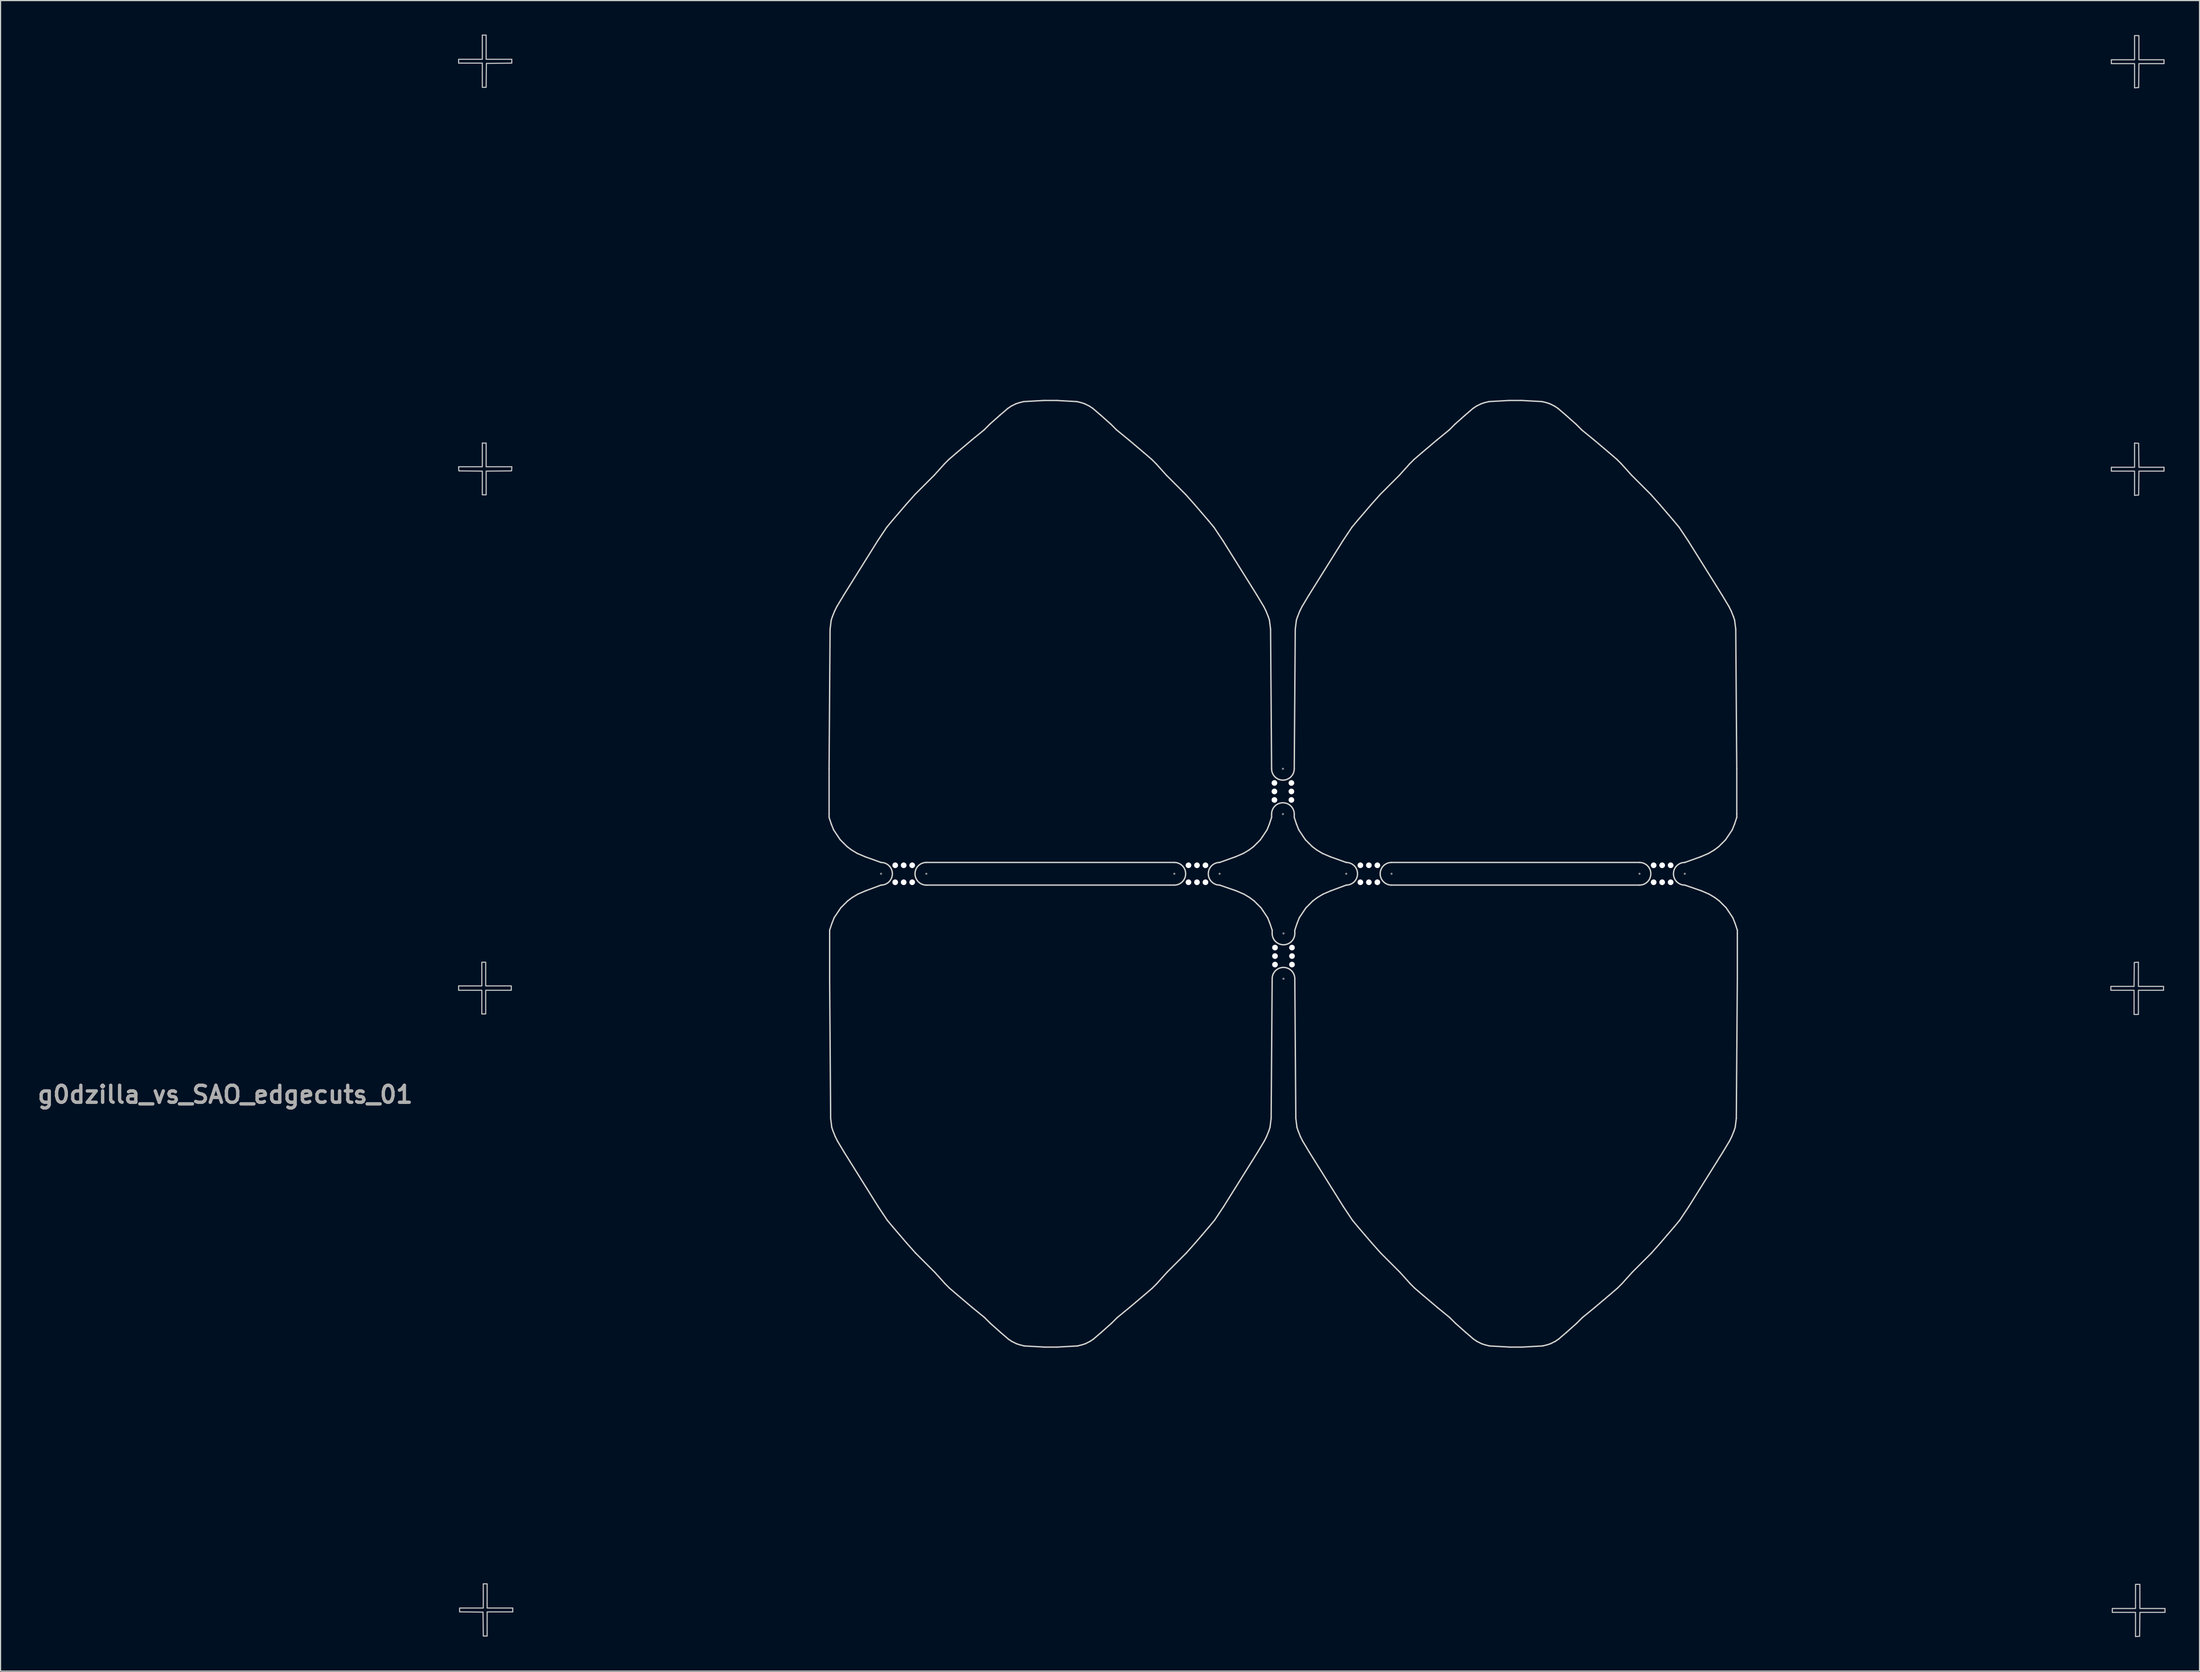
<source format=kicad_pcb>
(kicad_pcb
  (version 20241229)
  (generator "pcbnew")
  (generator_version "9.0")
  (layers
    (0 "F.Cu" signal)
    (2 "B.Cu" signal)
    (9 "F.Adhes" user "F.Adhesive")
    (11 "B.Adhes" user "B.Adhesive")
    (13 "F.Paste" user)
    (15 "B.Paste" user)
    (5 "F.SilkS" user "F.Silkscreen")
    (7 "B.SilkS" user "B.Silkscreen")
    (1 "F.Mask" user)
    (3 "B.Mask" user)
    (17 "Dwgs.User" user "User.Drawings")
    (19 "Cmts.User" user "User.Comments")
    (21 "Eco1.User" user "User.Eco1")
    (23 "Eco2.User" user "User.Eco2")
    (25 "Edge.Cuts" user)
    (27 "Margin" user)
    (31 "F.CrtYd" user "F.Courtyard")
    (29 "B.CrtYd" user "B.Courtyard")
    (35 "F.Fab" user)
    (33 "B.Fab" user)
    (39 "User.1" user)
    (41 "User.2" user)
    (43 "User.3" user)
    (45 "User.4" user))
  (footprint "g0dzilla_vs_SAO_edgecuts_01"
    (layer "F.Cu")
    (at 110.236 74.116)
    (property "Reference" "g0dzilla_vs_SAO_edgecuts_01" (at -93.4 19.5 0) (layer "F.Fab") (effects (font (size 1.5 1.5) (thickness 0.3))))
    (attr board_only exclude_from_pos_files exclude_from_bom)
    (fp_circle (center -35.48 0) (end -35.48 -0.06) (stroke (width 0.05) (type solid)) (fill no) (layer "Dwgs.User"))
    (fp_circle (center -31.48 0) (end -31.42 0) (stroke (width 0.05) (type solid)) (fill no) (layer "Dwgs.User"))
    (fp_circle (center -9.58 0) (end -9.58 -0.06) (stroke (width 0.05) (type solid)) (fill no) (layer "Dwgs.User"))
    (fp_circle (center -5.58 0) (end -5.52 0) (stroke (width 0.05) (type solid)) (fill no) (layer "Dwgs.User"))
    (fp_circle (center 0.01 -9.27) (end 0.07 -9.27) (stroke (width 0.05) (type solid)) (fill no) (layer "Dwgs.User"))
    (fp_circle (center 0.01 -5.27) (end 0.01 -5.21) (stroke (width 0.05) (type solid)) (fill no) (layer "Dwgs.User"))
    (fp_circle (center 0.06 5.27) (end 0.06 5.21) (stroke (width 0.05) (type solid)) (fill no) (layer "Dwgs.User"))
    (fp_circle (center 0.06 9.27) (end 0 9.27) (stroke (width 0.05) (type solid)) (fill no) (layer "Dwgs.User"))
    (fp_circle (center 5.6 0) (end 5.6 -0.06) (stroke (width 0.05) (type solid)) (fill no) (layer "Dwgs.User"))
    (fp_circle (center 9.6 0) (end 9.66 0) (stroke (width 0.05) (type solid)) (fill no) (layer "Dwgs.User"))
    (fp_circle (center 31.5 0) (end 31.5 -0.06) (stroke (width 0.05) (type solid)) (fill no) (layer "Dwgs.User"))
    (fp_circle (center 35.5 0) (end 35.56 0) (stroke (width 0.05) (type solid)) (fill no) (layer "Dwgs.User"))
    (fp_poly (pts (xy -70.394 8.858) (xy -70.394 9.904) (xy -69.263 9.904) (xy -68.132 9.904) (xy -68.132 10.096) (xy -68.132 10.288) (xy -69.263 10.288) (xy -70.394 10.288) (xy -70.394 11.334) (xy -70.394 12.38) (xy -70.565 12.38) (xy -70.736 12.38) (xy -70.736 11.334) (xy -70.736 10.288) (xy -71.76 10.288) (xy -72.785 10.288) (xy -72.785 10.096) (xy -72.785 9.904) (xy -71.76 9.904) (xy -70.736 9.904) (xy -70.736 8.858) (xy -70.736 7.812) (xy -70.565 7.812) (xy -70.394 7.812)) (stroke (width 0.1) (type solid)) (fill no) (layer "Dwgs.User"))
    (fp_poly (pts (xy -70.352 -72.998) (xy -70.352 -71.931) (xy -69.22 -71.931) (xy -68.089 -71.931) (xy -68.089 -71.761) (xy -68.089 -71.591) (xy -69.21 -71.58) (xy -70.33 -71.568) (xy -70.342 -70.512) (xy -70.353 -69.455) (xy -70.523 -69.455) (xy -70.693 -69.455) (xy -70.693 -70.522) (xy -70.693 -71.59) (xy -71.739 -71.59) (xy -72.785 -71.59) (xy -72.785 -71.76) (xy -72.785 -71.931) (xy -71.739 -71.931) (xy -70.693 -71.931) (xy -70.693 -72.998) (xy -70.693 -74.066) (xy -70.522 -74.066) (xy -70.352 -74.066)) (stroke (width 0.1) (type solid)) (fill no) (layer "Dwgs.User"))
    (fp_poly (pts (xy -70.352 -36.99) (xy -70.352 -35.944) (xy -69.218 -35.944) (xy -68.084 -35.944) (xy -68.097 -35.763) (xy -68.11 -35.581) (xy -69.231 -35.57) (xy -70.352 -35.559) (xy -70.352 -34.513) (xy -70.352 -33.468) (xy -70.522 -33.468) (xy -70.693 -33.468) (xy -70.693 -34.513) (xy -70.693 -35.558) (xy -71.728 -35.57) (xy -72.764 -35.581) (xy -72.777 -35.763) (xy -72.79 -35.944) (xy -71.741 -35.944) (xy -70.693 -35.944) (xy -70.693 -36.99) (xy -70.693 -38.036) (xy -70.522 -38.036) (xy -70.352 -38.036)) (stroke (width 0.1) (type solid)) (fill no) (layer "Dwgs.User"))
    (fp_poly (pts (xy -70.266 63.777) (xy -70.266 64.845) (xy -69.135 64.845) (xy -68.004 64.845) (xy -68.004 65.015) (xy -68.004 65.186) (xy -69.135 65.186) (xy -70.266 65.186) (xy -70.266 66.253) (xy -70.266 67.321) (xy -70.436 67.321) (xy -70.606 67.321) (xy -70.618 66.264) (xy -70.629 65.208) (xy -71.664 65.196) (xy -72.699 65.185) (xy -72.699 65.015) (xy -72.699 64.845) (xy -71.654 64.845) (xy -70.608 64.845) (xy -70.608 63.777) (xy -70.608 62.71) (xy -70.437 62.71) (xy -70.266 62.71)) (stroke (width 0.1) (type solid)) (fill no) (layer "Dwgs.User"))
    (fp_poly (pts (xy 75.4 -38.028) (xy 75.581 -38.015) (xy 75.592 -36.958) (xy 75.604 -35.902) (xy 76.713 -35.902) (xy 77.822 -35.902) (xy 77.822 -35.731) (xy 77.822 -35.56) (xy 76.713 -35.56) (xy 75.604 -35.56) (xy 75.592 -34.503) (xy 75.581 -33.447) (xy 75.4 -33.434) (xy 75.218 -33.421) (xy 75.218 -34.49) (xy 75.218 -35.56) (xy 74.194 -35.56) (xy 73.169 -35.56) (xy 73.169 -35.731) (xy 73.169 -35.902) (xy 74.194 -35.902) (xy 75.218 -35.902) (xy 75.218 -36.971) (xy 75.218 -38.041)) (stroke (width 0.1) (type solid)) (fill no) (layer "Dwgs.User"))
    (fp_poly (pts (xy 75.56 8.877) (xy 75.56 9.947) (xy 76.67 9.947) (xy 77.779 9.947) (xy 77.779 10.117) (xy 77.779 10.288) (xy 76.67 10.288) (xy 75.56 10.288) (xy 75.56 11.355) (xy 75.56 12.423) (xy 75.368 12.423) (xy 75.175 12.423) (xy 75.175 11.355) (xy 75.175 10.288) (xy 74.151 10.288) (xy 73.126 10.288) (xy 73.126 10.117) (xy 73.126 9.947) (xy 74.15 9.947) (xy 75.174 9.947) (xy 75.185 8.89) (xy 75.197 7.833) (xy 75.378 7.82) (xy 75.56 7.807)) (stroke (width 0.1) (type solid)) (fill no) (layer "Dwgs.User"))
    (fp_poly (pts (xy 75.602 -72.956) (xy 75.602 -71.888) (xy 76.712 -71.888) (xy 77.822 -71.888) (xy 77.822 -71.718) (xy 77.822 -71.547) (xy 76.713 -71.547) (xy 75.604 -71.547) (xy 75.592 -70.49) (xy 75.581 -69.434) (xy 75.4 -69.421) (xy 75.218 -69.408) (xy 75.218 -70.477) (xy 75.218 -71.547) (xy 74.194 -71.547) (xy 73.169 -71.547) (xy 73.169 -71.718) (xy 73.169 -71.888) (xy 74.194 -71.888) (xy 75.218 -71.888) (xy 75.218 -72.956) (xy 75.218 -74.023) (xy 75.41 -74.023) (xy 75.602 -74.023)) (stroke (width 0.1) (type solid)) (fill no) (layer "Dwgs.User"))
    (fp_poly (pts (xy 75.688 63.82) (xy 75.688 64.887) (xy 76.798 64.887) (xy 77.908 64.887) (xy 77.908 65.058) (xy 77.908 65.229) (xy 76.798 65.229) (xy 75.689 65.229) (xy 75.678 66.285) (xy 75.666 67.342) (xy 75.485 67.355) (xy 75.304 67.368) (xy 75.304 66.299) (xy 75.304 65.229) (xy 74.279 65.229) (xy 73.254 65.229) (xy 73.254 65.058) (xy 73.254 64.887) (xy 74.279 64.887) (xy 75.304 64.887) (xy 75.304 63.82) (xy 75.304 62.753) (xy 75.496 62.753) (xy 75.688 62.753)) (stroke (width 0.1) (type solid)) (fill no) (layer "Dwgs.User"))
    (fp_line (start -35.48 0) (end -35.48 0) (stroke (width 2) (type solid)) (layer "Eco1.User"))
    (fp_line (start -31.48 0) (end -31.48 0) (stroke (width 2) (type solid)) (layer "Eco1.User"))
    (fp_line (start -9.58 0) (end -9.58 0) (stroke (width 2) (type solid)) (layer "Eco1.User"))
    (fp_line (start -5.58 0) (end -5.58 0) (stroke (width 2) (type solid)) (layer "Eco1.User"))
    (fp_line (start 0.01 -9.27) (end 0.01 -9.27) (stroke (width 2) (type solid)) (layer "Eco1.User"))
    (fp_line (start 0.01 -5.27) (end 0.01 -5.27) (stroke (width 2) (type solid)) (layer "Eco1.User"))
    (fp_line (start 0.06 5.27) (end 0.06 5.27) (stroke (width 2) (type solid)) (layer "Eco1.User"))
    (fp_line (start 0.06 9.27) (end 0.06 9.27) (stroke (width 2) (type solid)) (layer "Eco1.User"))
    (fp_line (start 5.6 0) (end 5.6 0) (stroke (width 2) (type solid)) (layer "Eco1.User"))
    (fp_line (start 9.6 0) (end 9.6 0) (stroke (width 2) (type solid)) (layer "Eco1.User"))
    (fp_line (start 31.5 0) (end 31.5 0) (stroke (width 2) (type solid)) (layer "Eco1.User"))
    (fp_line (start 35.5 0) (end 35.5 0) (stroke (width 2) (type solid)) (layer "Eco1.User"))
    (fp_line (start -40.07 -9.27) (end -39.98 -21.6) (stroke (width 0.12) (type default)) (layer "Edge.Cuts"))
    (fp_line (start -40.07 -5.27) (end -40.07 -9.27) (stroke (width 0.12) (type default)) (layer "Edge.Cuts"))
    (fp_line (start -40.07 -4.98) (end -40.07 -5.27) (stroke (width 0.12) (type default)) (layer "Edge.Cuts"))
    (fp_line (start -40.02 4.98) (end -40.02 5.27) (stroke (width 0.12) (type default)) (layer "Edge.Cuts"))
    (fp_line (start -40.02 5.27) (end -40.02 9.27) (stroke (width 0.12) (type default)) (layer "Edge.Cuts"))
    (fp_line (start -40.02 9.27) (end -39.93 21.6) (stroke (width 0.12) (type default)) (layer "Edge.Cuts"))
    (fp_line (start -39.98 -21.6) (end -39.88 -22.4) (stroke (width 0.12) (type default)) (layer "Edge.Cuts"))
    (fp_line (start -39.93 21.6) (end -39.83 22.4) (stroke (width 0.12) (type default)) (layer "Edge.Cuts"))
    (fp_line (start -39.88 -22.4) (end -39.78 -22.7) (stroke (width 0.12) (type default)) (layer "Edge.Cuts"))
    (fp_line (start -39.87 -4.38) (end -40.07 -4.98) (stroke (width 0.12) (type default)) (layer "Edge.Cuts"))
    (fp_line (start -39.83 22.4) (end -39.73 22.7) (stroke (width 0.12) (type default)) (layer "Edge.Cuts"))
    (fp_line (start -39.82 4.38) (end -40.02 4.98) (stroke (width 0.12) (type default)) (layer "Edge.Cuts"))
    (fp_line (start -39.78 -22.7) (end -39.58 -23.2) (stroke (width 0.12) (type default)) (layer "Edge.Cuts"))
    (fp_line (start -39.73 22.7) (end -39.53 23.2) (stroke (width 0.12) (type default)) (layer "Edge.Cuts"))
    (fp_line (start -39.67 -3.88) (end -39.87 -4.38) (stroke (width 0.12) (type default)) (layer "Edge.Cuts"))
    (fp_line (start -39.62 3.88) (end -39.82 4.38) (stroke (width 0.12) (type default)) (layer "Edge.Cuts"))
    (fp_line (start -39.58 -23.2) (end -39.38 -23.6) (stroke (width 0.12) (type default)) (layer "Edge.Cuts"))
    (fp_line (start -39.53 23.2) (end -39.33 23.6) (stroke (width 0.12) (type default)) (layer "Edge.Cuts"))
    (fp_line (start -39.38 -23.6) (end -38.78 -24.6) (stroke (width 0.12) (type default)) (layer "Edge.Cuts"))
    (fp_line (start -39.33 23.6) (end -38.73 24.6) (stroke (width 0.12) (type default)) (layer "Edge.Cuts"))
    (fp_line (start -39.27 -3.28) (end -39.67 -3.88) (stroke (width 0.12) (type default)) (layer "Edge.Cuts"))
    (fp_line (start -39.22 3.28) (end -39.62 3.88) (stroke (width 0.12) (type default)) (layer "Edge.Cuts"))
    (fp_line (start -39.08 -3) (end -39.27 -3.28) (stroke (width 0.12) (type default)) (layer "Edge.Cuts"))
    (fp_line (start -39.03 3) (end -39.22 3.28) (stroke (width 0.12) (type default)) (layer "Edge.Cuts"))
    (fp_line (start -38.78 -24.6) (end -38.28 -25.4) (stroke (width 0.12) (type default)) (layer "Edge.Cuts"))
    (fp_line (start -38.78 -2.7) (end -39.08 -3) (stroke (width 0.12) (type default)) (layer "Edge.Cuts"))
    (fp_line (start -38.73 2.7) (end -39.03 3) (stroke (width 0.12) (type default)) (layer "Edge.Cuts"))
    (fp_line (start -38.73 24.6) (end -38.23 25.4) (stroke (width 0.12) (type default)) (layer "Edge.Cuts"))
    (fp_line (start -38.48 -2.4) (end -38.78 -2.7) (stroke (width 0.12) (type default)) (layer "Edge.Cuts"))
    (fp_line (start -38.43 2.4) (end -38.73 2.7) (stroke (width 0.12) (type default)) (layer "Edge.Cuts"))
    (fp_line (start -38.28 -25.4) (end -36.78 -27.8) (stroke (width 0.12) (type default)) (layer "Edge.Cuts"))
    (fp_line (start -38.23 25.4) (end -36.73 27.8) (stroke (width 0.12) (type default)) (layer "Edge.Cuts"))
    (fp_line (start -38.08 -2.1) (end -38.48 -2.4) (stroke (width 0.12) (type default)) (layer "Edge.Cuts"))
    (fp_line (start -38.03 2.1) (end -38.43 2.4) (stroke (width 0.12) (type default)) (layer "Edge.Cuts"))
    (fp_line (start -37.58 -1.8) (end -38.08 -2.1) (stroke (width 0.12) (type default)) (layer "Edge.Cuts"))
    (fp_line (start -37.53 1.8) (end -38.03 2.1) (stroke (width 0.12) (type default)) (layer "Edge.Cuts"))
    (fp_line (start -36.88 -1.5) (end -37.58 -1.8) (stroke (width 0.12) (type default)) (layer "Edge.Cuts"))
    (fp_line (start -36.83 1.5) (end -37.53 1.8) (stroke (width 0.12) (type default)) (layer "Edge.Cuts"))
    (fp_line (start -36.78 -27.8) (end -35.78 -29.4) (stroke (width 0.12) (type default)) (layer "Edge.Cuts"))
    (fp_line (start -36.73 27.8) (end -35.73 29.4) (stroke (width 0.12) (type default)) (layer "Edge.Cuts"))
    (fp_line (start -35.78 -29.4) (end -35.38 -30) (stroke (width 0.12) (type default)) (layer "Edge.Cuts"))
    (fp_line (start -35.73 29.4) (end -35.33 30) (stroke (width 0.12) (type default)) (layer "Edge.Cuts"))
    (fp_line (start -35.48 -1) (end -36.88 -1.5) (stroke (width 0.12) (type default)) (layer "Edge.Cuts"))
    (fp_line (start -35.48 1) (end -36.83 1.5) (stroke (width 0.12) (type default)) (layer "Edge.Cuts"))
    (fp_line (start -35.38 -30) (end -34.98 -30.6) (stroke (width 0.12) (type default)) (layer "Edge.Cuts"))
    (fp_line (start -35.33 30) (end -34.93 30.6) (stroke (width 0.12) (type default)) (layer "Edge.Cuts"))
    (fp_line (start -34.98 -30.6) (end -34.48 -31.2) (stroke (width 0.12) (type default)) (layer "Edge.Cuts"))
    (fp_line (start -34.93 30.6) (end -34.43 31.2) (stroke (width 0.12) (type default)) (layer "Edge.Cuts"))
    (fp_line (start -34.48 -31.2) (end -33.88 -31.9) (stroke (width 0.12) (type default)) (layer "Edge.Cuts"))
    (fp_line (start -34.43 31.2) (end -33.83 31.9) (stroke (width 0.12) (type default)) (layer "Edge.Cuts"))
    (fp_line (start -33.88 -31.9) (end -33.28 -32.6) (stroke (width 0.12) (type default)) (layer "Edge.Cuts"))
    (fp_line (start -33.83 31.9) (end -33.23 32.6) (stroke (width 0.12) (type default)) (layer "Edge.Cuts"))
    (fp_line (start -33.28 -32.6) (end -32.48 -33.5) (stroke (width 0.12) (type default)) (layer "Edge.Cuts"))
    (fp_line (start -33.23 32.6) (end -32.43 33.5) (stroke (width 0.12) (type default)) (layer "Edge.Cuts"))
    (fp_line (start -32.48 -33.5) (end -30.78 -35.2) (stroke (width 0.12) (type default)) (layer "Edge.Cuts"))
    (fp_line (start -32.43 33.5) (end -30.73 35.2) (stroke (width 0.12) (type default)) (layer "Edge.Cuts"))
    (fp_line (start -31.48 -1) (end -9.58 -1) (stroke (width 0.12) (type default)) (layer "Edge.Cuts"))
    (fp_line (start -30.78 -35.2) (end -29.88 -36.2) (stroke (width 0.12) (type default)) (layer "Edge.Cuts"))
    (fp_line (start -30.73 35.2) (end -29.83 36.2) (stroke (width 0.12) (type default)) (layer "Edge.Cuts"))
    (fp_line (start -29.88 -36.2) (end -29.48 -36.6) (stroke (width 0.12) (type default)) (layer "Edge.Cuts"))
    (fp_line (start -29.83 36.2) (end -29.43 36.6) (stroke (width 0.12) (type default)) (layer "Edge.Cuts"))
    (fp_line (start -29.48 -36.6) (end -28.78 -37.2) (stroke (width 0.12) (type default)) (layer "Edge.Cuts"))
    (fp_line (start -29.43 36.6) (end -28.73 37.2) (stroke (width 0.12) (type default)) (layer "Edge.Cuts"))
    (fp_line (start -28.78 -37.2) (end -27.48 -38.3) (stroke (width 0.12) (type default)) (layer "Edge.Cuts"))
    (fp_line (start -28.73 37.2) (end -27.43 38.3) (stroke (width 0.12) (type default)) (layer "Edge.Cuts"))
    (fp_line (start -27.48 -38.3) (end -26.38 -39.2) (stroke (width 0.12) (type default)) (layer "Edge.Cuts"))
    (fp_line (start -27.43 38.3) (end -26.33 39.2) (stroke (width 0.12) (type default)) (layer "Edge.Cuts"))
    (fp_line (start -26.38 -39.2) (end -25.88 -39.7) (stroke (width 0.12) (type default)) (layer "Edge.Cuts"))
    (fp_line (start -26.33 39.2) (end -25.83 39.7) (stroke (width 0.12) (type default)) (layer "Edge.Cuts"))
    (fp_line (start -25.88 -39.7) (end -24.98 -40.5) (stroke (width 0.12) (type default)) (layer "Edge.Cuts"))
    (fp_line (start -25.83 39.7) (end -24.93 40.5) (stroke (width 0.12) (type default)) (layer "Edge.Cuts"))
    (fp_line (start -24.98 -40.5) (end -24.28 -41.1) (stroke (width 0.12) (type default)) (layer "Edge.Cuts"))
    (fp_line (start -24.93 40.5) (end -24.23 41.1) (stroke (width 0.12) (type default)) (layer "Edge.Cuts"))
    (fp_line (start -24.28 -41.1) (end -23.98 -41.3) (stroke (width 0.12) (type default)) (layer "Edge.Cuts"))
    (fp_line (start -24.23 41.1) (end -23.93 41.3) (stroke (width 0.12) (type default)) (layer "Edge.Cuts"))
    (fp_line (start -23.98 -41.3) (end -23.58 -41.5) (stroke (width 0.12) (type default)) (layer "Edge.Cuts"))
    (fp_line (start -23.93 41.3) (end -23.53 41.5) (stroke (width 0.12) (type default)) (layer "Edge.Cuts"))
    (fp_line (start -23.58 -41.5) (end -23.28 -41.6) (stroke (width 0.12) (type default)) (layer "Edge.Cuts"))
    (fp_line (start -23.53 41.5) (end -23.23 41.6) (stroke (width 0.12) (type default)) (layer "Edge.Cuts"))
    (fp_line (start -23.28 -41.6) (end -22.88 -41.7) (stroke (width 0.12) (type default)) (layer "Edge.Cuts"))
    (fp_line (start -23.23 41.6) (end -22.83 41.7) (stroke (width 0.12) (type default)) (layer "Edge.Cuts"))
    (fp_line (start -22.88 -41.7) (end -21.08 -41.8) (stroke (width 0.12) (type default)) (layer "Edge.Cuts"))
    (fp_line (start -22.83 41.7) (end -21.03 41.8) (stroke (width 0.12) (type default)) (layer "Edge.Cuts"))
    (fp_line (start -21.08 -41.8) (end -19.98 -41.8) (stroke (width 0.12) (type default)) (layer "Edge.Cuts"))
    (fp_line (start -19.93 41.8) (end -21.03 41.8) (stroke (width 0.12) (type default)) (layer "Edge.Cuts"))
    (fp_line (start -18.18 -41.7) (end -19.98 -41.8) (stroke (width 0.12) (type default)) (layer "Edge.Cuts"))
    (fp_line (start -18.13 41.7) (end -19.93 41.8) (stroke (width 0.12) (type default)) (layer "Edge.Cuts"))
    (fp_line (start -17.78 -41.6) (end -18.18 -41.7) (stroke (width 0.12) (type default)) (layer "Edge.Cuts"))
    (fp_line (start -17.73 41.6) (end -18.13 41.7) (stroke (width 0.12) (type default)) (layer "Edge.Cuts"))
    (fp_line (start -17.48 -41.5) (end -17.78 -41.6) (stroke (width 0.12) (type default)) (layer "Edge.Cuts"))
    (fp_line (start -17.43 41.5) (end -17.73 41.6) (stroke (width 0.12) (type default)) (layer "Edge.Cuts"))
    (fp_line (start -17.08 -41.3) (end -17.48 -41.5) (stroke (width 0.12) (type default)) (layer "Edge.Cuts"))
    (fp_line (start -17.03 41.3) (end -17.43 41.5) (stroke (width 0.12) (type default)) (layer "Edge.Cuts"))
    (fp_line (start -16.78 -41.1) (end -17.08 -41.3) (stroke (width 0.12) (type default)) (layer "Edge.Cuts"))
    (fp_line (start -16.73 41.1) (end -17.03 41.3) (stroke (width 0.12) (type default)) (layer "Edge.Cuts"))
    (fp_line (start -16.08 -40.5) (end -16.78 -41.1) (stroke (width 0.12) (type default)) (layer "Edge.Cuts"))
    (fp_line (start -16.03 40.5) (end -16.73 41.1) (stroke (width 0.12) (type default)) (layer "Edge.Cuts"))
    (fp_line (start -15.18 -39.7) (end -16.08 -40.5) (stroke (width 0.12) (type default)) (layer "Edge.Cuts"))
    (fp_line (start -15.13 39.7) (end -16.03 40.5) (stroke (width 0.12) (type default)) (layer "Edge.Cuts"))
    (fp_line (start -14.68 -39.2) (end -15.18 -39.7) (stroke (width 0.12) (type default)) (layer "Edge.Cuts"))
    (fp_line (start -14.63 39.2) (end -15.13 39.7) (stroke (width 0.12) (type default)) (layer "Edge.Cuts"))
    (fp_line (start -13.58 -38.3) (end -14.68 -39.2) (stroke (width 0.12) (type default)) (layer "Edge.Cuts"))
    (fp_line (start -13.53 38.3) (end -14.63 39.2) (stroke (width 0.12) (type default)) (layer "Edge.Cuts"))
    (fp_line (start -12.28 -37.2) (end -13.58 -38.3) (stroke (width 0.12) (type default)) (layer "Edge.Cuts"))
    (fp_line (start -12.23 37.2) (end -13.53 38.3) (stroke (width 0.12) (type default)) (layer "Edge.Cuts"))
    (fp_line (start -11.58 -36.6) (end -12.28 -37.2) (stroke (width 0.12) (type default)) (layer "Edge.Cuts"))
    (fp_line (start -11.53 36.6) (end -12.23 37.2) (stroke (width 0.12) (type default)) (layer "Edge.Cuts"))
    (fp_line (start -11.18 -36.2) (end -11.58 -36.6) (stroke (width 0.12) (type default)) (layer "Edge.Cuts"))
    (fp_line (start -11.13 36.2) (end -11.53 36.6) (stroke (width 0.12) (type default)) (layer "Edge.Cuts"))
    (fp_line (start -10.28 -35.2) (end -11.18 -36.2) (stroke (width 0.12) (type default)) (layer "Edge.Cuts"))
    (fp_line (start -10.23 35.2) (end -11.13 36.2) (stroke (width 0.12) (type default)) (layer "Edge.Cuts"))
    (fp_line (start -9.58 1) (end -31.48 1) (stroke (width 0.12) (type default)) (layer "Edge.Cuts"))
    (fp_line (start -8.58 -33.5) (end -10.28 -35.2) (stroke (width 0.12) (type default)) (layer "Edge.Cuts"))
    (fp_line (start -8.53 33.5) (end -10.23 35.2) (stroke (width 0.12) (type default)) (layer "Edge.Cuts"))
    (fp_line (start -7.78 -32.6) (end -8.58 -33.5) (stroke (width 0.12) (type default)) (layer "Edge.Cuts"))
    (fp_line (start -7.73 32.6) (end -8.53 33.5) (stroke (width 0.12) (type default)) (layer "Edge.Cuts"))
    (fp_line (start -7.18 -31.9) (end -7.78 -32.6) (stroke (width 0.12) (type default)) (layer "Edge.Cuts"))
    (fp_line (start -7.13 31.9) (end -7.73 32.6) (stroke (width 0.12) (type default)) (layer "Edge.Cuts"))
    (fp_line (start -6.58 -31.2) (end -7.18 -31.9) (stroke (width 0.12) (type default)) (layer "Edge.Cuts"))
    (fp_line (start -6.53 31.2) (end -7.13 31.9) (stroke (width 0.12) (type default)) (layer "Edge.Cuts"))
    (fp_line (start -6.08 -30.6) (end -6.58 -31.2) (stroke (width 0.12) (type default)) (layer "Edge.Cuts"))
    (fp_line (start -6.03 30.6) (end -6.53 31.2) (stroke (width 0.12) (type default)) (layer "Edge.Cuts"))
    (fp_line (start -5.68 -30) (end -6.08 -30.6) (stroke (width 0.12) (type default)) (layer "Edge.Cuts"))
    (fp_line (start -5.63 30) (end -6.03 30.6) (stroke (width 0.12) (type default)) (layer "Edge.Cuts"))
    (fp_line (start -5.58 -1) (end -4.18 -1.5) (stroke (width 0.12) (type default)) (layer "Edge.Cuts"))
    (fp_line (start -5.58 1) (end -4.13 1.5) (stroke (width 0.12) (type default)) (layer "Edge.Cuts"))
    (fp_line (start -5.28 -29.4) (end -5.68 -30) (stroke (width 0.12) (type default)) (layer "Edge.Cuts"))
    (fp_line (start -5.23 29.4) (end -5.63 30) (stroke (width 0.12) (type default)) (layer "Edge.Cuts"))
    (fp_line (start -4.28 -27.8) (end -5.28 -29.4) (stroke (width 0.12) (type default)) (layer "Edge.Cuts"))
    (fp_line (start -4.23 27.8) (end -5.23 29.4) (stroke (width 0.12) (type default)) (layer "Edge.Cuts"))
    (fp_line (start -4.18 -1.5) (end -3.48 -1.8) (stroke (width 0.12) (type default)) (layer "Edge.Cuts"))
    (fp_line (start -4.13 1.5) (end -3.43 1.8) (stroke (width 0.12) (type default)) (layer "Edge.Cuts"))
    (fp_line (start -3.48 -1.8) (end -2.98 -2.1) (stroke (width 0.12) (type default)) (layer "Edge.Cuts"))
    (fp_line (start -3.43 1.8) (end -2.93 2.1) (stroke (width 0.12) (type default)) (layer "Edge.Cuts"))
    (fp_line (start -2.98 -2.1) (end -2.58 -2.4) (stroke (width 0.12) (type default)) (layer "Edge.Cuts"))
    (fp_line (start -2.93 2.1) (end -2.53 2.4) (stroke (width 0.12) (type default)) (layer "Edge.Cuts"))
    (fp_line (start -2.78 -25.4) (end -4.28 -27.8) (stroke (width 0.12) (type default)) (layer "Edge.Cuts"))
    (fp_line (start -2.73 25.4) (end -4.23 27.8) (stroke (width 0.12) (type default)) (layer "Edge.Cuts"))
    (fp_line (start -2.58 -2.4) (end -2.28 -2.7) (stroke (width 0.12) (type default)) (layer "Edge.Cuts"))
    (fp_line (start -2.53 2.4) (end -2.23 2.7) (stroke (width 0.12) (type default)) (layer "Edge.Cuts"))
    (fp_line (start -2.28 -24.6) (end -2.78 -25.4) (stroke (width 0.12) (type default)) (layer "Edge.Cuts"))
    (fp_line (start -2.28 -2.7) (end -1.98 -3) (stroke (width 0.12) (type default)) (layer "Edge.Cuts"))
    (fp_line (start -2.23 2.7) (end -1.93 3) (stroke (width 0.12) (type default)) (layer "Edge.Cuts"))
    (fp_line (start -2.23 24.6) (end -2.73 25.4) (stroke (width 0.12) (type default)) (layer "Edge.Cuts"))
    (fp_line (start -1.98 -3) (end -1.79 -3.28) (stroke (width 0.12) (type default)) (layer "Edge.Cuts"))
    (fp_line (start -1.93 3) (end -1.74 3.28) (stroke (width 0.12) (type default)) (layer "Edge.Cuts"))
    (fp_line (start -1.79 -3.28) (end -1.39 -3.88) (stroke (width 0.12) (type default)) (layer "Edge.Cuts"))
    (fp_line (start -1.74 3.28) (end -1.34 3.88) (stroke (width 0.12) (type default)) (layer "Edge.Cuts"))
    (fp_line (start -1.68 -23.6) (end -2.28 -24.6) (stroke (width 0.12) (type default)) (layer "Edge.Cuts"))
    (fp_line (start -1.63 23.6) (end -2.23 24.6) (stroke (width 0.12) (type default)) (layer "Edge.Cuts"))
    (fp_line (start -1.48 -23.2) (end -1.68 -23.6) (stroke (width 0.12) (type default)) (layer "Edge.Cuts"))
    (fp_line (start -1.43 23.2) (end -1.63 23.6) (stroke (width 0.12) (type default)) (layer "Edge.Cuts"))
    (fp_line (start -1.39 -3.88) (end -1.19 -4.38) (stroke (width 0.12) (type default)) (layer "Edge.Cuts"))
    (fp_line (start -1.34 3.88) (end -1.14 4.38) (stroke (width 0.12) (type default)) (layer "Edge.Cuts"))
    (fp_line (start -1.28 -22.7) (end -1.48 -23.2) (stroke (width 0.12) (type default)) (layer "Edge.Cuts"))
    (fp_line (start -1.23 22.7) (end -1.43 23.2) (stroke (width 0.12) (type default)) (layer "Edge.Cuts"))
    (fp_line (start -1.19 -4.38) (end -0.99 -4.98) (stroke (width 0.12) (type default)) (layer "Edge.Cuts"))
    (fp_line (start -1.18 -22.4) (end -1.28 -22.7) (stroke (width 0.12) (type default)) (layer "Edge.Cuts"))
    (fp_line (start -1.14 4.38) (end -0.94 4.98) (stroke (width 0.12) (type default)) (layer "Edge.Cuts"))
    (fp_line (start -1.13 22.4) (end -1.23 22.7) (stroke (width 0.12) (type default)) (layer "Edge.Cuts"))
    (fp_line (start -1.08 -21.6) (end -1.18 -22.4) (stroke (width 0.12) (type default)) (layer "Edge.Cuts"))
    (fp_line (start -1.03 21.6) (end -1.13 22.4) (stroke (width 0.12) (type default)) (layer "Edge.Cuts"))
    (fp_line (start -0.99 -9.27) (end -1.08 -21.6) (stroke (width 0.12) (type default)) (layer "Edge.Cuts"))
    (fp_line (start -0.99 -4.98) (end -0.99 -5.27) (stroke (width 0.12) (type default)) (layer "Edge.Cuts"))
    (fp_line (start -0.94 4.98) (end -0.94 5.27) (stroke (width 0.12) (type default)) (layer "Edge.Cuts"))
    (fp_line (start -0.94 9.27) (end -1.03 21.6) (stroke (width 0.12) (type default)) (layer "Edge.Cuts"))
    (fp_line (start 1.01 -9.27) (end 1.1 -21.6) (stroke (width 0.12) (type default)) (layer "Edge.Cuts"))
    (fp_line (start 1.01 -4.98) (end 1.01 -5.27) (stroke (width 0.12) (type default)) (layer "Edge.Cuts"))
    (fp_line (start 1.06 4.98) (end 1.06 5.27) (stroke (width 0.12) (type default)) (layer "Edge.Cuts"))
    (fp_line (start 1.06 9.27) (end 1.15 21.6) (stroke (width 0.12) (type default)) (layer "Edge.Cuts"))
    (fp_line (start 1.1 -21.6) (end 1.2 -22.4) (stroke (width 0.12) (type default)) (layer "Edge.Cuts"))
    (fp_line (start 1.15 21.6) (end 1.25 22.4) (stroke (width 0.12) (type default)) (layer "Edge.Cuts"))
    (fp_line (start 1.2 -22.4) (end 1.3 -22.7) (stroke (width 0.12) (type default)) (layer "Edge.Cuts"))
    (fp_line (start 1.21 -4.38) (end 1.01 -4.98) (stroke (width 0.12) (type default)) (layer "Edge.Cuts"))
    (fp_line (start 1.25 22.4) (end 1.35 22.7) (stroke (width 0.12) (type default)) (layer "Edge.Cuts"))
    (fp_line (start 1.26 4.38) (end 1.06 4.98) (stroke (width 0.12) (type default)) (layer "Edge.Cuts"))
    (fp_line (start 1.3 -22.7) (end 1.5 -23.2) (stroke (width 0.12) (type default)) (layer "Edge.Cuts"))
    (fp_line (start 1.35 22.7) (end 1.55 23.2) (stroke (width 0.12) (type default)) (layer "Edge.Cuts"))
    (fp_line (start 1.41 -3.88) (end 1.21 -4.38) (stroke (width 0.12) (type default)) (layer "Edge.Cuts"))
    (fp_line (start 1.46 3.88) (end 1.26 4.38) (stroke (width 0.12) (type default)) (layer "Edge.Cuts"))
    (fp_line (start 1.5 -23.2) (end 1.7 -23.6) (stroke (width 0.12) (type default)) (layer "Edge.Cuts"))
    (fp_line (start 1.55 23.2) (end 1.75 23.6) (stroke (width 0.12) (type default)) (layer "Edge.Cuts"))
    (fp_line (start 1.7 -23.6) (end 2.3 -24.6) (stroke (width 0.12) (type default)) (layer "Edge.Cuts"))
    (fp_line (start 1.75 23.6) (end 2.35 24.6) (stroke (width 0.12) (type default)) (layer "Edge.Cuts"))
    (fp_line (start 1.81 -3.28) (end 1.41 -3.88) (stroke (width 0.12) (type default)) (layer "Edge.Cuts"))
    (fp_line (start 1.86 3.28) (end 1.46 3.88) (stroke (width 0.12) (type default)) (layer "Edge.Cuts"))
    (fp_line (start 2 -3) (end 1.81 -3.28) (stroke (width 0.12) (type default)) (layer "Edge.Cuts"))
    (fp_line (start 2.05 3) (end 1.86 3.28) (stroke (width 0.12) (type default)) (layer "Edge.Cuts"))
    (fp_line (start 2.3 -24.6) (end 2.8 -25.4) (stroke (width 0.12) (type default)) (layer "Edge.Cuts"))
    (fp_line (start 2.3 -2.7) (end 2 -3) (stroke (width 0.12) (type default)) (layer "Edge.Cuts"))
    (fp_line (start 2.35 2.7) (end 2.05 3) (stroke (width 0.12) (type default)) (layer "Edge.Cuts"))
    (fp_line (start 2.35 24.6) (end 2.85 25.4) (stroke (width 0.12) (type default)) (layer "Edge.Cuts"))
    (fp_line (start 2.6 -2.4) (end 2.3 -2.7) (stroke (width 0.12) (type default)) (layer "Edge.Cuts"))
    (fp_line (start 2.65 2.4) (end 2.35 2.7) (stroke (width 0.12) (type default)) (layer "Edge.Cuts"))
    (fp_line (start 2.8 -25.4) (end 4.3 -27.8) (stroke (width 0.12) (type default)) (layer "Edge.Cuts"))
    (fp_line (start 2.85 25.4) (end 4.35 27.8) (stroke (width 0.12) (type default)) (layer "Edge.Cuts"))
    (fp_line (start 3 -2.1) (end 2.6 -2.4) (stroke (width 0.12) (type default)) (layer "Edge.Cuts"))
    (fp_line (start 3.05 2.1) (end 2.65 2.4) (stroke (width 0.12) (type default)) (layer "Edge.Cuts"))
    (fp_line (start 3.5 -1.8) (end 3 -2.1) (stroke (width 0.12) (type default)) (layer "Edge.Cuts"))
    (fp_line (start 3.55 1.8) (end 3.05 2.1) (stroke (width 0.12) (type default)) (layer "Edge.Cuts"))
    (fp_line (start 4.2 -1.5) (end 3.5 -1.8) (stroke (width 0.12) (type default)) (layer "Edge.Cuts"))
    (fp_line (start 4.25 1.5) (end 3.55 1.8) (stroke (width 0.12) (type default)) (layer "Edge.Cuts"))
    (fp_line (start 4.3 -27.8) (end 5.3 -29.4) (stroke (width 0.12) (type default)) (layer "Edge.Cuts"))
    (fp_line (start 4.35 27.8) (end 5.35 29.4) (stroke (width 0.12) (type default)) (layer "Edge.Cuts"))
    (fp_line (start 5.3 -29.4) (end 5.7 -30) (stroke (width 0.12) (type default)) (layer "Edge.Cuts"))
    (fp_line (start 5.35 29.4) (end 5.75 30) (stroke (width 0.12) (type default)) (layer "Edge.Cuts"))
    (fp_line (start 5.6 -1) (end 4.2 -1.5) (stroke (width 0.12) (type default)) (layer "Edge.Cuts"))
    (fp_line (start 5.6 1) (end 4.25 1.5) (stroke (width 0.12) (type default)) (layer "Edge.Cuts"))
    (fp_line (start 5.7 -30) (end 6.1 -30.6) (stroke (width 0.12) (type default)) (layer "Edge.Cuts"))
    (fp_line (start 5.75 30) (end 6.15 30.6) (stroke (width 0.12) (type default)) (layer "Edge.Cuts"))
    (fp_line (start 6.1 -30.6) (end 6.6 -31.2) (stroke (width 0.12) (type default)) (layer "Edge.Cuts"))
    (fp_line (start 6.15 30.6) (end 6.65 31.2) (stroke (width 0.12) (type default)) (layer "Edge.Cuts"))
    (fp_line (start 6.6 -31.2) (end 7.2 -31.9) (stroke (width 0.12) (type default)) (layer "Edge.Cuts"))
    (fp_line (start 6.65 31.2) (end 7.25 31.9) (stroke (width 0.12) (type default)) (layer "Edge.Cuts"))
    (fp_line (start 7.2 -31.9) (end 7.8 -32.6) (stroke (width 0.12) (type default)) (layer "Edge.Cuts"))
    (fp_line (start 7.25 31.9) (end 7.85 32.6) (stroke (width 0.12) (type default)) (layer "Edge.Cuts"))
    (fp_line (start 7.8 -32.6) (end 8.6 -33.5) (stroke (width 0.12) (type default)) (layer "Edge.Cuts"))
    (fp_line (start 7.85 32.6) (end 8.65 33.5) (stroke (width 0.12) (type default)) (layer "Edge.Cuts"))
    (fp_line (start 8.6 -33.5) (end 10.3 -35.2) (stroke (width 0.12) (type default)) (layer "Edge.Cuts"))
    (fp_line (start 8.65 33.5) (end 10.35 35.2) (stroke (width 0.12) (type default)) (layer "Edge.Cuts"))
    (fp_line (start 9.6 -1) (end 31.5 -1) (stroke (width 0.12) (type default)) (layer "Edge.Cuts"))
    (fp_line (start 10.3 -35.2) (end 11.2 -36.2) (stroke (width 0.12) (type default)) (layer "Edge.Cuts"))
    (fp_line (start 10.35 35.2) (end 11.25 36.2) (stroke (width 0.12) (type default)) (layer "Edge.Cuts"))
    (fp_line (start 11.2 -36.2) (end 11.6 -36.6) (stroke (width 0.12) (type default)) (layer "Edge.Cuts"))
    (fp_line (start 11.25 36.2) (end 11.65 36.6) (stroke (width 0.12) (type default)) (layer "Edge.Cuts"))
    (fp_line (start 11.6 -36.6) (end 12.3 -37.2) (stroke (width 0.12) (type default)) (layer "Edge.Cuts"))
    (fp_line (start 11.65 36.6) (end 12.35 37.2) (stroke (width 0.12) (type default)) (layer "Edge.Cuts"))
    (fp_line (start 12.3 -37.2) (end 13.6 -38.3) (stroke (width 0.12) (type default)) (layer "Edge.Cuts"))
    (fp_line (start 12.35 37.2) (end 13.65 38.3) (stroke (width 0.12) (type default)) (layer "Edge.Cuts"))
    (fp_line (start 13.6 -38.3) (end 14.7 -39.2) (stroke (width 0.12) (type default)) (layer "Edge.Cuts"))
    (fp_line (start 13.65 38.3) (end 14.75 39.2) (stroke (width 0.12) (type default)) (layer "Edge.Cuts"))
    (fp_line (start 14.7 -39.2) (end 15.2 -39.7) (stroke (width 0.12) (type default)) (layer "Edge.Cuts"))
    (fp_line (start 14.75 39.2) (end 15.25 39.7) (stroke (width 0.12) (type default)) (layer "Edge.Cuts"))
    (fp_line (start 15.2 -39.7) (end 16.1 -40.5) (stroke (width 0.12) (type default)) (layer "Edge.Cuts"))
    (fp_line (start 15.25 39.7) (end 16.15 40.5) (stroke (width 0.12) (type default)) (layer "Edge.Cuts"))
    (fp_line (start 16.1 -40.5) (end 16.8 -41.1) (stroke (width 0.12) (type default)) (layer "Edge.Cuts"))
    (fp_line (start 16.15 40.5) (end 16.85 41.1) (stroke (width 0.12) (type default)) (layer "Edge.Cuts"))
    (fp_line (start 16.8 -41.1) (end 17.1 -41.3) (stroke (width 0.12) (type default)) (layer "Edge.Cuts"))
    (fp_line (start 16.85 41.1) (end 17.15 41.3) (stroke (width 0.12) (type default)) (layer "Edge.Cuts"))
    (fp_line (start 17.1 -41.3) (end 17.5 -41.5) (stroke (width 0.12) (type default)) (layer "Edge.Cuts"))
    (fp_line (start 17.15 41.3) (end 17.55 41.5) (stroke (width 0.12) (type default)) (layer "Edge.Cuts"))
    (fp_line (start 17.5 -41.5) (end 17.8 -41.6) (stroke (width 0.12) (type default)) (layer "Edge.Cuts"))
    (fp_line (start 17.55 41.5) (end 17.85 41.6) (stroke (width 0.12) (type default)) (layer "Edge.Cuts"))
    (fp_line (start 17.8 -41.6) (end 18.2 -41.7) (stroke (width 0.12) (type default)) (layer "Edge.Cuts"))
    (fp_line (start 17.85 41.6) (end 18.25 41.7) (stroke (width 0.12) (type default)) (layer "Edge.Cuts"))
    (fp_line (start 18.2 -41.7) (end 20 -41.8) (stroke (width 0.12) (type default)) (layer "Edge.Cuts"))
    (fp_line (start 18.25 41.7) (end 20.05 41.8) (stroke (width 0.12) (type default)) (layer "Edge.Cuts"))
    (fp_line (start 20 -41.8) (end 21.1 -41.8) (stroke (width 0.12) (type default)) (layer "Edge.Cuts"))
    (fp_line (start 21.15 41.8) (end 20.05 41.8) (stroke (width 0.12) (type default)) (layer "Edge.Cuts"))
    (fp_line (start 22.9 -41.7) (end 21.1 -41.8) (stroke (width 0.12) (type default)) (layer "Edge.Cuts"))
    (fp_line (start 22.95 41.7) (end 21.15 41.8) (stroke (width 0.12) (type default)) (layer "Edge.Cuts"))
    (fp_line (start 23.3 -41.6) (end 22.9 -41.7) (stroke (width 0.12) (type default)) (layer "Edge.Cuts"))
    (fp_line (start 23.35 41.6) (end 22.95 41.7) (stroke (width 0.12) (type default)) (layer "Edge.Cuts"))
    (fp_line (start 23.6 -41.5) (end 23.3 -41.6) (stroke (width 0.12) (type default)) (layer "Edge.Cuts"))
    (fp_line (start 23.65 41.5) (end 23.35 41.6) (stroke (width 0.12) (type default)) (layer "Edge.Cuts"))
    (fp_line (start 24 -41.3) (end 23.6 -41.5) (stroke (width 0.12) (type default)) (layer "Edge.Cuts"))
    (fp_line (start 24.05 41.3) (end 23.65 41.5) (stroke (width 0.12) (type default)) (layer "Edge.Cuts"))
    (fp_line (start 24.3 -41.1) (end 24 -41.3) (stroke (width 0.12) (type default)) (layer "Edge.Cuts"))
    (fp_line (start 24.35 41.1) (end 24.05 41.3) (stroke (width 0.12) (type default)) (layer "Edge.Cuts"))
    (fp_line (start 25 -40.5) (end 24.3 -41.1) (stroke (width 0.12) (type default)) (layer "Edge.Cuts"))
    (fp_line (start 25.05 40.5) (end 24.35 41.1) (stroke (width 0.12) (type default)) (layer "Edge.Cuts"))
    (fp_line (start 25.9 -39.7) (end 25 -40.5) (stroke (width 0.12) (type default)) (layer "Edge.Cuts"))
    (fp_line (start 25.95 39.7) (end 25.05 40.5) (stroke (width 0.12) (type default)) (layer "Edge.Cuts"))
    (fp_line (start 26.4 -39.2) (end 25.9 -39.7) (stroke (width 0.12) (type default)) (layer "Edge.Cuts"))
    (fp_line (start 26.45 39.2) (end 25.95 39.7) (stroke (width 0.12) (type default)) (layer "Edge.Cuts"))
    (fp_line (start 27.5 -38.3) (end 26.4 -39.2) (stroke (width 0.12) (type default)) (layer "Edge.Cuts"))
    (fp_line (start 27.55 38.3) (end 26.45 39.2) (stroke (width 0.12) (type default)) (layer "Edge.Cuts"))
    (fp_line (start 28.8 -37.2) (end 27.5 -38.3) (stroke (width 0.12) (type default)) (layer "Edge.Cuts"))
    (fp_line (start 28.85 37.2) (end 27.55 38.3) (stroke (width 0.12) (type default)) (layer "Edge.Cuts"))
    (fp_line (start 29.5 -36.6) (end 28.8 -37.2) (stroke (width 0.12) (type default)) (layer "Edge.Cuts"))
    (fp_line (start 29.55 36.6) (end 28.85 37.2) (stroke (width 0.12) (type default)) (layer "Edge.Cuts"))
    (fp_line (start 29.9 -36.2) (end 29.5 -36.6) (stroke (width 0.12) (type default)) (layer "Edge.Cuts"))
    (fp_line (start 29.95 36.2) (end 29.55 36.6) (stroke (width 0.12) (type default)) (layer "Edge.Cuts"))
    (fp_line (start 30.8 -35.2) (end 29.9 -36.2) (stroke (width 0.12) (type default)) (layer "Edge.Cuts"))
    (fp_line (start 30.85 35.2) (end 29.95 36.2) (stroke (width 0.12) (type default)) (layer "Edge.Cuts"))
    (fp_line (start 31.5 1) (end 9.6 1) (stroke (width 0.12) (type default)) (layer "Edge.Cuts"))
    (fp_line (start 32.5 -33.5) (end 30.8 -35.2) (stroke (width 0.12) (type default)) (layer "Edge.Cuts"))
    (fp_line (start 32.55 33.5) (end 30.85 35.2) (stroke (width 0.12) (type default)) (layer "Edge.Cuts"))
    (fp_line (start 33.3 -32.6) (end 32.5 -33.5) (stroke (width 0.12) (type default)) (layer "Edge.Cuts"))
    (fp_line (start 33.35 32.6) (end 32.55 33.5) (stroke (width 0.12) (type default)) (layer "Edge.Cuts"))
    (fp_line (start 33.9 -31.9) (end 33.3 -32.6) (stroke (width 0.12) (type default)) (layer "Edge.Cuts"))
    (fp_line (start 33.95 31.9) (end 33.35 32.6) (stroke (width 0.12) (type default)) (layer "Edge.Cuts"))
    (fp_line (start 34.5 -31.2) (end 33.9 -31.9) (stroke (width 0.12) (type default)) (layer "Edge.Cuts"))
    (fp_line (start 34.55 31.2) (end 33.95 31.9) (stroke (width 0.12) (type default)) (layer "Edge.Cuts"))
    (fp_line (start 35 -30.6) (end 34.5 -31.2) (stroke (width 0.12) (type default)) (layer "Edge.Cuts"))
    (fp_line (start 35.05 30.6) (end 34.55 31.2) (stroke (width 0.12) (type default)) (layer "Edge.Cuts"))
    (fp_line (start 35.4 -30) (end 35 -30.6) (stroke (width 0.12) (type default)) (layer "Edge.Cuts"))
    (fp_line (start 35.45 30) (end 35.05 30.6) (stroke (width 0.12) (type default)) (layer "Edge.Cuts"))
    (fp_line (start 35.5 -1) (end 36.9 -1.5) (stroke (width 0.12) (type default)) (layer "Edge.Cuts"))
    (fp_line (start 35.5 1) (end 36.95 1.5) (stroke (width 0.12) (type default)) (layer "Edge.Cuts"))
    (fp_line (start 35.8 -29.4) (end 35.4 -30) (stroke (width 0.12) (type default)) (layer "Edge.Cuts"))
    (fp_line (start 35.85 29.4) (end 35.45 30) (stroke (width 0.12) (type default)) (layer "Edge.Cuts"))
    (fp_line (start 36.8 -27.8) (end 35.8 -29.4) (stroke (width 0.12) (type default)) (layer "Edge.Cuts"))
    (fp_line (start 36.85 27.8) (end 35.85 29.4) (stroke (width 0.12) (type default)) (layer "Edge.Cuts"))
    (fp_line (start 36.9 -1.5) (end 37.6 -1.8) (stroke (width 0.12) (type default)) (layer "Edge.Cuts"))
    (fp_line (start 36.95 1.5) (end 37.65 1.8) (stroke (width 0.12) (type default)) (layer "Edge.Cuts"))
    (fp_line (start 37.6 -1.8) (end 38.1 -2.1) (stroke (width 0.12) (type default)) (layer "Edge.Cuts"))
    (fp_line (start 37.65 1.8) (end 38.15 2.1) (stroke (width 0.12) (type default)) (layer "Edge.Cuts"))
    (fp_line (start 38.1 -2.1) (end 38.5 -2.4) (stroke (width 0.12) (type default)) (layer "Edge.Cuts"))
    (fp_line (start 38.15 2.1) (end 38.55 2.4) (stroke (width 0.12) (type default)) (layer "Edge.Cuts"))
    (fp_line (start 38.3 -25.4) (end 36.8 -27.8) (stroke (width 0.12) (type default)) (layer "Edge.Cuts"))
    (fp_line (start 38.35 25.4) (end 36.85 27.8) (stroke (width 0.12) (type default)) (layer "Edge.Cuts"))
    (fp_line (start 38.5 -2.4) (end 38.8 -2.7) (stroke (width 0.12) (type default)) (layer "Edge.Cuts"))
    (fp_line (start 38.55 2.4) (end 38.85 2.7) (stroke (width 0.12) (type default)) (layer "Edge.Cuts"))
    (fp_line (start 38.8 -24.6) (end 38.3 -25.4) (stroke (width 0.12) (type default)) (layer "Edge.Cuts"))
    (fp_line (start 38.8 -2.7) (end 39.1 -3) (stroke (width 0.12) (type default)) (layer "Edge.Cuts"))
    (fp_line (start 38.85 2.7) (end 39.15 3) (stroke (width 0.12) (type default)) (layer "Edge.Cuts"))
    (fp_line (start 38.85 24.6) (end 38.35 25.4) (stroke (width 0.12) (type default)) (layer "Edge.Cuts"))
    (fp_line (start 39.1 -3) (end 39.29 -3.28) (stroke (width 0.12) (type default)) (layer "Edge.Cuts"))
    (fp_line (start 39.15 3) (end 39.34 3.28) (stroke (width 0.12) (type default)) (layer "Edge.Cuts"))
    (fp_line (start 39.29 -3.28) (end 39.69 -3.88) (stroke (width 0.12) (type default)) (layer "Edge.Cuts"))
    (fp_line (start 39.34 3.28) (end 39.74 3.88) (stroke (width 0.12) (type default)) (layer "Edge.Cuts"))
    (fp_line (start 39.4 -23.6) (end 38.8 -24.6) (stroke (width 0.12) (type default)) (layer "Edge.Cuts"))
    (fp_line (start 39.45 23.6) (end 38.85 24.6) (stroke (width 0.12) (type default)) (layer "Edge.Cuts"))
    (fp_line (start 39.6 -23.2) (end 39.4 -23.6) (stroke (width 0.12) (type default)) (layer "Edge.Cuts"))
    (fp_line (start 39.65 23.2) (end 39.45 23.6) (stroke (width 0.12) (type default)) (layer "Edge.Cuts"))
    (fp_line (start 39.69 -3.88) (end 39.89 -4.38) (stroke (width 0.12) (type default)) (layer "Edge.Cuts"))
    (fp_line (start 39.74 3.88) (end 39.94 4.38) (stroke (width 0.12) (type default)) (layer "Edge.Cuts"))
    (fp_line (start 39.8 -22.7) (end 39.6 -23.2) (stroke (width 0.12) (type default)) (layer "Edge.Cuts"))
    (fp_line (start 39.85 22.7) (end 39.65 23.2) (stroke (width 0.12) (type default)) (layer "Edge.Cuts"))
    (fp_line (start 39.89 -4.38) (end 40.09 -4.98) (stroke (width 0.12) (type default)) (layer "Edge.Cuts"))
    (fp_line (start 39.9 -22.4) (end 39.8 -22.7) (stroke (width 0.12) (type default)) (layer "Edge.Cuts"))
    (fp_line (start 39.94 4.38) (end 40.14 4.98) (stroke (width 0.12) (type default)) (layer "Edge.Cuts"))
    (fp_line (start 39.95 22.4) (end 39.85 22.7) (stroke (width 0.12) (type default)) (layer "Edge.Cuts"))
    (fp_line (start 40 -21.6) (end 39.9 -22.4) (stroke (width 0.12) (type default)) (layer "Edge.Cuts"))
    (fp_line (start 40.05 21.6) (end 39.95 22.4) (stroke (width 0.12) (type default)) (layer "Edge.Cuts"))
    (fp_line (start 40.09 -9.27) (end 40 -21.6) (stroke (width 0.12) (type default)) (layer "Edge.Cuts"))
    (fp_line (start 40.09 -5.27) (end 40.09 -9.27) (stroke (width 0.12) (type default)) (layer "Edge.Cuts"))
    (fp_line (start 40.09 -4.98) (end 40.09 -5.27) (stroke (width 0.12) (type default)) (layer "Edge.Cuts"))
    (fp_line (start 40.14 4.98) (end 40.14 5.27) (stroke (width 0.12) (type default)) (layer "Edge.Cuts"))
    (fp_line (start 40.14 5.27) (end 40.14 9.27) (stroke (width 0.12) (type default)) (layer "Edge.Cuts"))
    (fp_line (start 40.14 9.27) (end 40.05 21.6) (stroke (width 0.12) (type default)) (layer "Edge.Cuts"))
    (fp_arc (start -35.48 -1) (mid -34.48 0) (end -35.48 1) (stroke (width 0.12) (type solid)) (layer "Edge.Cuts"))
    (fp_arc (start -31.48 1) (mid -32.48 0) (end -31.48 -1) (stroke (width 0.12) (type solid)) (layer "Edge.Cuts"))
    (fp_arc (start -9.58 -1) (mid -8.58 0) (end -9.58 1) (stroke (width 0.12) (type solid)) (layer "Edge.Cuts"))
    (fp_arc (start -5.58 1) (mid -6.58 0) (end -5.58 -1) (stroke (width 0.12) (type solid)) (layer "Edge.Cuts"))
    (fp_arc (start -0.99 -5.27) (mid 0.01 -6.27) (end 1.01 -5.27) (stroke (width 0.12) (type solid)) (layer "Edge.Cuts"))
    (fp_arc (start -0.94 9.27) (mid 0.06 8.27) (end 1.06 9.27) (stroke (width 0.12) (type solid)) (layer "Edge.Cuts"))
    (fp_arc (start 1.01 -9.27) (mid 0.01 -8.27) (end -0.99 -9.27) (stroke (width 0.12) (type solid)) (layer "Edge.Cuts"))
    (fp_arc (start 1.06 5.27) (mid 0.06 6.27) (end -0.94 5.27) (stroke (width 0.12) (type solid)) (layer "Edge.Cuts"))
    (fp_arc (start 5.6 -1) (mid 6.6 0) (end 5.6 1) (stroke (width 0.12) (type solid)) (layer "Edge.Cuts"))
    (fp_arc (start 9.6 1) (mid 8.6 0) (end 9.6 -1) (stroke (width 0.12) (type solid)) (layer "Edge.Cuts"))
    (fp_arc (start 31.5 -1) (mid 32.5 0) (end 31.5 1) (stroke (width 0.12) (type solid)) (layer "Edge.Cuts"))
    (fp_arc (start 35.5 1) (mid 34.5 0) (end 35.5 -1) (stroke (width 0.12) (type solid)) (layer "Edge.Cuts"))
    (fp_line (start -35.48 2.2) (end -35.48 1) (stroke (width 0.12) (type default)) (layer "User.9"))
    (fp_line (start -35.43 -2.2) (end -35.43 -1) (stroke (width 0.12) (type default)) (layer "User.9"))
    (fp_line (start -35.43 -2.2) (end -5.53 -2.2) (stroke (width 0.12) (type default)) (layer "User.9"))
    (fp_line (start -26.98 2.5) (end -26.98 2.2) (stroke (width 0.12) (type default)) (layer "User.9"))
    (fp_line (start -26.98 14.1) (end -26.98 8.3) (stroke (width 0.12) (type default)) (layer "User.9"))
    (fp_line (start -26.93 -14.1) (end -14.03 -14.1) (stroke (width 0.12) (type default)) (layer "User.9"))
    (fp_line (start -26.93 -8.3) (end -26.93 -14.1) (stroke (width 0.12) (type default)) (layer "User.9"))
    (fp_line (start -26.93 -8.3) (end -14.03 -8.3) (stroke (width 0.12) (type default)) (layer "User.9"))
    (fp_line (start -26.93 -2.5) (end -26.93 -2.2) (stroke (width 0.12) (type default)) (layer "User.9"))
    (fp_line (start -22.58 15) (end -22.58 14.1) (stroke (width 0.12) (type default)) (layer "User.9"))
    (fp_line (start -22.53 -15) (end -22.53 -14.1) (stroke (width 0.12) (type default)) (layer "User.9"))
    (fp_line (start -22.53 -15) (end -18.43 -15) (stroke (width 0.12) (type default)) (layer "User.9"))
    (fp_line (start -18.48 15) (end -22.58 15) (stroke (width 0.12) (type default)) (layer "User.9"))
    (fp_line (start -18.48 15) (end -18.48 14.1) (stroke (width 0.12) (type default)) (layer "User.9"))
    (fp_line (start -18.43 -15) (end -18.43 -14.1) (stroke (width 0.12) (type default)) (layer "User.9"))
    (fp_line (start -14.08 2.5) (end -14.08 2.2) (stroke (width 0.12) (type default)) (layer "User.9"))
    (fp_line (start -14.08 8.3) (end -26.98 8.3) (stroke (width 0.12) (type default)) (layer "User.9"))
    (fp_line (start -14.08 8.3) (end -14.08 14.1) (stroke (width 0.12) (type default)) (layer "User.9"))
    (fp_line (start -14.08 14.1) (end -26.98 14.1) (stroke (width 0.12) (type default)) (layer "User.9"))
    (fp_line (start -14.03 -14.1) (end -14.03 -8.3) (stroke (width 0.12) (type default)) (layer "User.9"))
    (fp_line (start -14.03 -2.5) (end -14.03 -2.2) (stroke (width 0.12) (type default)) (layer "User.9"))
    (fp_line (start -5.58 2.2) (end -35.48 2.2) (stroke (width 0.12) (type default)) (layer "User.9"))
    (fp_line (start -5.58 2.2) (end -5.58 1) (stroke (width 0.12) (type default)) (layer "User.9"))
    (fp_line (start -5.53 -2.2) (end -5.53 -1) (stroke (width 0.12) (type default)) (layer "User.9"))
    (fp_line (start 5.6 2.2) (end 5.6 1) (stroke (width 0.12) (type default)) (layer "User.9"))
    (fp_line (start 5.65 -2.2) (end 5.65 -1) (stroke (width 0.12) (type default)) (layer "User.9"))
    (fp_line (start 5.65 -2.2) (end 35.55 -2.2) (stroke (width 0.12) (type default)) (layer "User.9"))
    (fp_line (start 14.1 2.5) (end 14.1 2.2) (stroke (width 0.12) (type default)) (layer "User.9"))
    (fp_line (start 14.1 14.1) (end 14.1 8.3) (stroke (width 0.12) (type default)) (layer "User.9"))
    (fp_line (start 14.15 -14.1) (end 27.05 -14.1) (stroke (width 0.12) (type default)) (layer "User.9"))
    (fp_line (start 14.15 -8.3) (end 14.15 -14.1) (stroke (width 0.12) (type default)) (layer "User.9"))
    (fp_line (start 14.15 -8.3) (end 27.05 -8.3) (stroke (width 0.12) (type default)) (layer "User.9"))
    (fp_line (start 14.15 -2.5) (end 14.15 -2.2) (stroke (width 0.12) (type default)) (layer "User.9"))
    (fp_line (start 18.5 15) (end 18.5 14.1) (stroke (width 0.12) (type default)) (layer "User.9"))
    (fp_line (start 18.55 -15) (end 18.55 -14.1) (stroke (width 0.12) (type default)) (layer "User.9"))
    (fp_line (start 18.55 -15) (end 22.65 -15) (stroke (width 0.12) (type default)) (layer "User.9"))
    (fp_line (start 22.6 15) (end 18.5 15) (stroke (width 0.12) (type default)) (layer "User.9"))
    (fp_line (start 22.6 15) (end 22.6 14.1) (stroke (width 0.12) (type default)) (layer "User.9"))
    (fp_line (start 22.65 -15) (end 22.65 -14.1) (stroke (width 0.12) (type default)) (layer "User.9"))
    (fp_line (start 27 2.5) (end 27 2.2) (stroke (width 0.12) (type default)) (layer "User.9"))
    (fp_line (start 27 8.3) (end 14.1 8.3) (stroke (width 0.12) (type default)) (layer "User.9"))
    (fp_line (start 27 8.3) (end 27 14.1) (stroke (width 0.12) (type default)) (layer "User.9"))
    (fp_line (start 27 14.1) (end 14.1 14.1) (stroke (width 0.12) (type default)) (layer "User.9"))
    (fp_line (start 27.05 -14.1) (end 27.05 -8.3) (stroke (width 0.12) (type default)) (layer "User.9"))
    (fp_line (start 27.05 -2.5) (end 27.05 -2.2) (stroke (width 0.12) (type default)) (layer "User.9"))
    (fp_line (start 35.5 2.2) (end 5.6 2.2) (stroke (width 0.12) (type default)) (layer "User.9"))
    (fp_line (start 35.5 2.2) (end 35.5 1) (stroke (width 0.12) (type default)) (layer "User.9"))
    (fp_line (start 35.55 -2.2) (end 35.55 -1) (stroke (width 0.12) (type default)) (layer "User.9"))
    (fp_rect (start -22.16 -13.33) (end -23.86 -11.63) (stroke (width 0.1) (type default)) (fill no) (layer "User.9"))
    (fp_rect (start -18.85 13.33) (end -17.15 11.63) (stroke (width 0.1) (type default)) (fill no) (layer "User.9"))
    (fp_rect (start 18.92 -13.33) (end 17.22 -11.63) (stroke (width 0.1) (type default)) (fill no) (layer "User.9"))
    (fp_rect (start 22.23 13.33) (end 23.93 11.63) (stroke (width 0.1) (type default)) (fill no) (layer "User.9"))
    (fp_circle (center -23.07 9.93) (end -22.206 9.93) (stroke (width 0.1) (type default)) (fill no) (layer "User.9"))
    (fp_circle (center -23.07 12.47) (end -22.206 12.47) (stroke (width 0.1) (type default)) (fill no) (layer "User.9"))
    (fp_circle (center -23.02 -9.93) (end -23.884 -9.93) (stroke (width 0.1) (type default)) (fill no) (layer "User.9"))
    (fp_circle (center -20.53 9.93) (end -19.666 9.93) (stroke (width 0.1) (type default)) (fill no) (layer "User.9"))
    (fp_circle (center -20.53 12.47) (end -19.666 12.47) (stroke (width 0.1) (type default)) (fill no) (layer "User.9"))
    (fp_circle (center -20.48 -12.47) (end -21.344 -12.47) (stroke (width 0.1) (type default)) (fill no) (layer "User.9"))
    (fp_circle (center -20.48 -9.93) (end -21.344 -9.93) (stroke (width 0.1) (type default)) (fill no) (layer "User.9"))
    (fp_circle (center -17.99 9.93) (end -17.126 9.93) (stroke (width 0.1) (type default)) (fill no) (layer "User.9"))
    (fp_circle (center -17.94 -12.47) (end -18.804 -12.47) (stroke (width 0.1) (type default)) (fill no) (layer "User.9"))
    (fp_circle (center -17.94 -9.93) (end -18.804 -9.93) (stroke (width 0.1) (type default)) (fill no) (layer "User.9"))
    (fp_circle (center 18.01 9.93) (end 18.874 9.93) (stroke (width 0.1) (type default)) (fill no) (layer "User.9"))
    (fp_circle (center 18.01 12.47) (end 18.874 12.47) (stroke (width 0.1) (type default)) (fill no) (layer "User.9"))
    (fp_circle (center 18.06 -9.93) (end 17.196 -9.93) (stroke (width 0.1) (type default)) (fill no) (layer "User.9"))
    (fp_circle (center 20.55 9.93) (end 21.414 9.93) (stroke (width 0.1) (type default)) (fill no) (layer "User.9"))
    (fp_circle (center 20.55 12.47) (end 21.414 12.47) (stroke (width 0.1) (type default)) (fill no) (layer "User.9"))
    (fp_circle (center 20.6 -12.47) (end 19.736 -12.47) (stroke (width 0.1) (type default)) (fill no) (layer "User.9"))
    (fp_circle (center 20.6 -9.93) (end 19.736 -9.93) (stroke (width 0.1) (type default)) (fill no) (layer "User.9"))
    (fp_circle (center 23.09 9.93) (end 23.954 9.93) (stroke (width 0.1) (type default)) (fill no) (layer "User.9"))
    (fp_circle (center 23.14 -12.47) (end 22.276 -12.47) (stroke (width 0.1) (type default)) (fill no) (layer "User.9"))
    (fp_circle (center 23.14 -9.93) (end 22.276 -9.93) (stroke (width 0.1) (type default)) (fill no) (layer "User.9"))
    (pad "" np_thru_hole circle (at -34.23 -0.75) (size 0.5 0.5) (drill 0.5) (layers "*.Cu" "*.Mask"))
    (pad "" np_thru_hole circle (at -34.23 0.75) (size 0.5 0.5) (drill 0.5) (layers "*.Cu" "*.Mask"))
    (pad "" np_thru_hole circle (at -33.48 -0.75) (size 0.5 0.5) (drill 0.5) (layers "*.Cu" "*.Mask"))
    (pad "" np_thru_hole circle (at -33.48 0.75) (size 0.5 0.5) (drill 0.5) (layers "*.Cu" "*.Mask"))
    (pad "" np_thru_hole circle (at -32.73 -0.75) (size 0.5 0.5) (drill 0.5) (layers "*.Cu" "*.Mask"))
    (pad "" np_thru_hole circle (at -32.73 0.75) (size 0.5 0.5) (drill 0.5) (layers "*.Cu" "*.Mask"))
    (pad "" np_thru_hole circle (at -8.33 -0.75) (size 0.5 0.5) (drill 0.5) (layers "*.Cu" "*.Mask"))
    (pad "" np_thru_hole circle (at -8.33 0.75) (size 0.5 0.5) (drill 0.5) (layers "*.Cu" "*.Mask"))
    (pad "" np_thru_hole circle (at -7.58 -0.75) (size 0.5 0.5) (drill 0.5) (layers "*.Cu" "*.Mask"))
    (pad "" np_thru_hole circle (at -7.58 0.75) (size 0.5 0.5) (drill 0.5) (layers "*.Cu" "*.Mask"))
    (pad "" np_thru_hole circle (at -6.83 -0.75) (size 0.5 0.5) (drill 0.5) (layers "*.Cu" "*.Mask"))
    (pad "" np_thru_hole circle (at -6.83 0.75) (size 0.5 0.5) (drill 0.5) (layers "*.Cu" "*.Mask"))
    (pad "" np_thru_hole circle (at -0.74 -8.02 270) (size 0.5 0.5) (drill 0.5) (layers "*.Cu" "*.Mask"))
    (pad "" np_thru_hole circle (at -0.74 -7.27 270) (size 0.5 0.5) (drill 0.5) (layers "*.Cu" "*.Mask"))
    (pad "" np_thru_hole circle (at -0.74 -6.52 270) (size 0.5 0.5) (drill 0.5) (layers "*.Cu" "*.Mask"))
    (pad "" np_thru_hole circle (at -0.69 6.52 90) (size 0.5 0.5) (drill 0.5) (layers "*.Cu" "*.Mask"))
    (pad "" np_thru_hole circle (at -0.69 7.27 90) (size 0.5 0.5) (drill 0.5) (layers "*.Cu" "*.Mask"))
    (pad "" np_thru_hole circle (at -0.69 8.02 90) (size 0.5 0.5) (drill 0.5) (layers "*.Cu" "*.Mask"))
    (pad "" np_thru_hole circle (at 0.76 -8.02 270) (size 0.5 0.5) (drill 0.5) (layers "*.Cu" "*.Mask"))
    (pad "" np_thru_hole circle (at 0.76 -7.27 270) (size 0.5 0.5) (drill 0.5) (layers "*.Cu" "*.Mask"))
    (pad "" np_thru_hole circle (at 0.76 -6.52 270) (size 0.5 0.5) (drill 0.5) (layers "*.Cu" "*.Mask"))
    (pad "" np_thru_hole circle (at 0.81 6.52 90) (size 0.5 0.5) (drill 0.5) (layers "*.Cu" "*.Mask"))
    (pad "" np_thru_hole circle (at 0.81 7.27 90) (size 0.5 0.5) (drill 0.5) (layers "*.Cu" "*.Mask"))
    (pad "" np_thru_hole circle (at 0.81 8.02 90) (size 0.5 0.5) (drill 0.5) (layers "*.Cu" "*.Mask"))
    (pad "" np_thru_hole circle (at 6.85 -0.75) (size 0.5 0.5) (drill 0.5) (layers "*.Cu" "*.Mask"))
    (pad "" np_thru_hole circle (at 6.85 0.75) (size 0.5 0.5) (drill 0.5) (layers "*.Cu" "*.Mask"))
    (pad "" np_thru_hole circle (at 7.6 -0.75) (size 0.5 0.5) (drill 0.5) (layers "*.Cu" "*.Mask"))
    (pad "" np_thru_hole circle (at 7.6 0.75) (size 0.5 0.5) (drill 0.5) (layers "*.Cu" "*.Mask"))
    (pad "" np_thru_hole circle (at 8.35 -0.75) (size 0.5 0.5) (drill 0.5) (layers "*.Cu" "*.Mask"))
    (pad "" np_thru_hole circle (at 8.35 0.75) (size 0.5 0.5) (drill 0.5) (layers "*.Cu" "*.Mask"))
    (pad "" np_thru_hole circle (at 32.75 -0.75) (size 0.5 0.5) (drill 0.5) (layers "*.Cu" "*.Mask"))
    (pad "" np_thru_hole circle (at 32.75 0.75) (size 0.5 0.5) (drill 0.5) (layers "*.Cu" "*.Mask"))
    (pad "" np_thru_hole circle (at 33.5 -0.75) (size 0.5 0.5) (drill 0.5) (layers "*.Cu" "*.Mask"))
    (pad "" np_thru_hole circle (at 33.5 0.75) (size 0.5 0.5) (drill 0.5) (layers "*.Cu" "*.Mask"))
    (pad "" np_thru_hole circle (at 34.25 -0.75) (size 0.5 0.5) (drill 0.5) (layers "*.Cu" "*.Mask"))
    (pad "" np_thru_hole circle (at 34.25 0.75) (size 0.5 0.5) (drill 0.5) (layers "*.Cu" "*.Mask")))
  (gr_rect
    (start -3 -3)
    (end 191.193 144.534)
    (stroke (width 0.1) (type default))
    (fill no)
    (layer "Edge.Cuts")))
</source>
